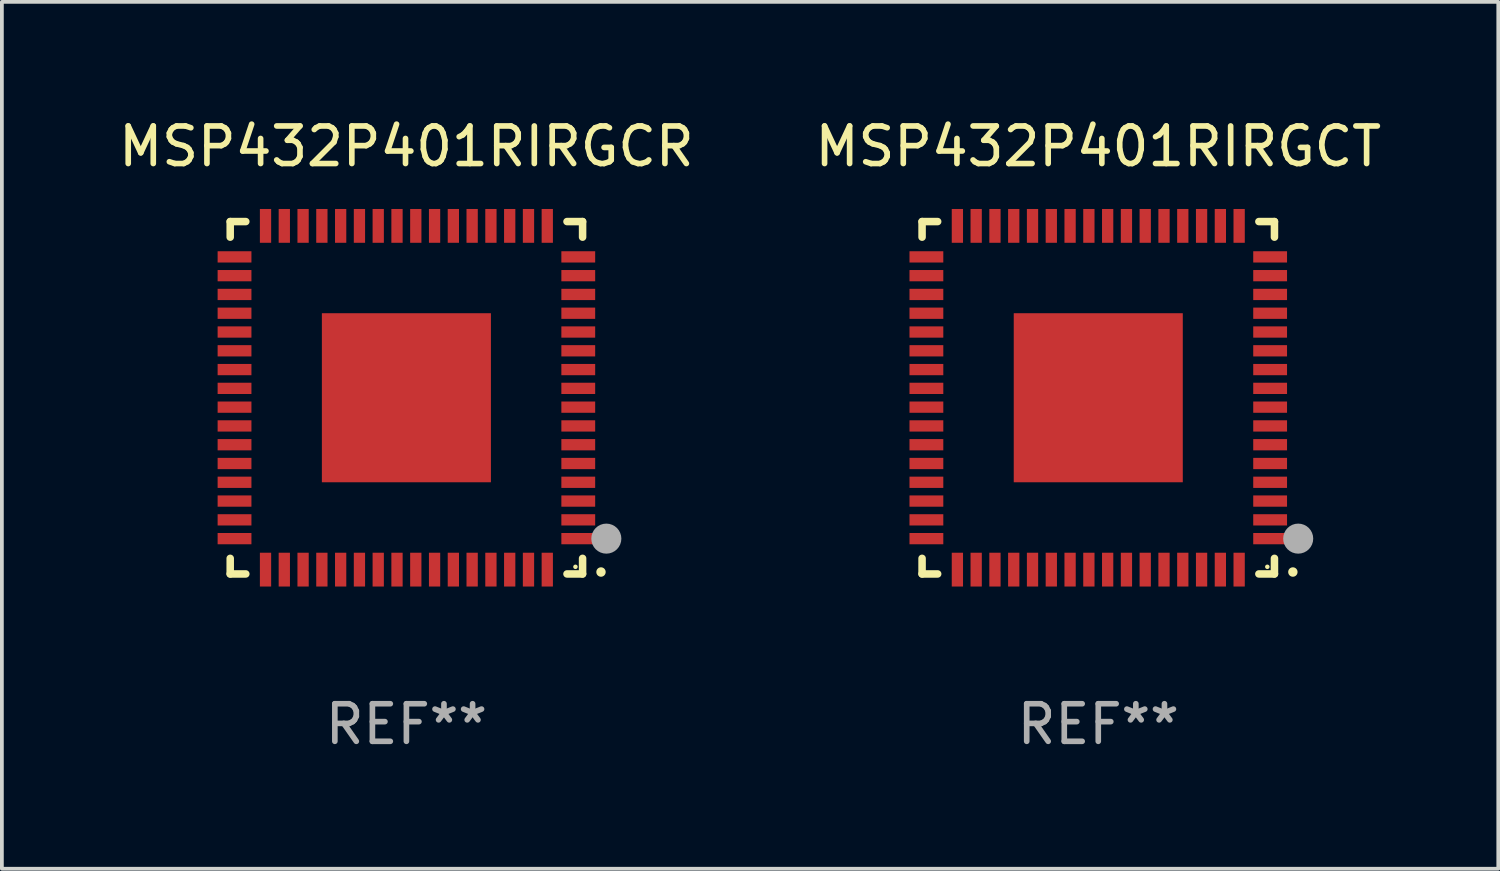
<source format=kicad_pcb>
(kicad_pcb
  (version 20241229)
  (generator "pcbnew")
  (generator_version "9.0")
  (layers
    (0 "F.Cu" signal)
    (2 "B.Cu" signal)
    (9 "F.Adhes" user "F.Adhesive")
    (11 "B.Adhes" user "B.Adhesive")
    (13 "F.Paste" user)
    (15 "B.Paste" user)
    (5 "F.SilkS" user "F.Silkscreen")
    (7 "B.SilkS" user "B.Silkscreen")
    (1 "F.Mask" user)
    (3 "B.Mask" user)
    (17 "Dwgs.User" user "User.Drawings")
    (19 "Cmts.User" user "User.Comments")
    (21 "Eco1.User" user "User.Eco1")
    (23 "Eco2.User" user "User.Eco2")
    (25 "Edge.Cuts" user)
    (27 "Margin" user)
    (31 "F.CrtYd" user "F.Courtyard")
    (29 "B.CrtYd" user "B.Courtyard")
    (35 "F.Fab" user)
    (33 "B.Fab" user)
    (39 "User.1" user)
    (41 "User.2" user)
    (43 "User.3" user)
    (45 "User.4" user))
  (footprint "MSP432P401RIRGCT"
    (layer "F.Cu")
    (at 26.185 7.538)
    (property "Reference" "MSP432P401RIRGCT" (at 0 -6.69 0) (layer "F.SilkS") (effects (font (size 1 1) (thickness 0.15))))
    (attr through_hole)
    (fp_line (start -4.69 -4.69) (end -4.69 -4.275) (stroke (width 0.2) (type solid)) (layer "F.SilkS"))
    (fp_line (start -4.69 4.69) (end -4.69 4.275) (stroke (width 0.2) (type solid)) (layer "F.SilkS"))
    (fp_line (start -4.275 -4.69) (end -4.69 -4.69) (stroke (width 0.2) (type solid)) (layer "F.SilkS"))
    (fp_line (start -4.275 4.69) (end -4.69 4.69) (stroke (width 0.2) (type solid)) (layer "F.SilkS"))
    (fp_line (start 4.69 -4.69) (end 4.275 -4.69) (stroke (width 0.2) (type solid)) (layer "F.SilkS"))
    (fp_line (start 4.69 -4.275) (end 4.69 -4.69) (stroke (width 0.2) (type solid)) (layer "F.SilkS"))
    (fp_line (start 4.69 4.275) (end 4.69 4.69) (stroke (width 0.2) (type solid)) (layer "F.SilkS"))
    (fp_line (start 4.69 4.69) (end 4.275 4.69) (stroke (width 0.2) (type solid)) (layer "F.SilkS"))
    (fp_arc (start 5.180023 4.639891) (mid 5.180016 4.638621) (end 5.180023 4.637351) (stroke (width 0.24892) (type solid)) (layer "F.SilkS"))
    (fp_circle (center 4.5 4.5) (end 4.53 4.5) (stroke (width 0.06) (type solid)) (fill no) (layer "F.SilkS"))
    (fp_circle (center 5.322 3.75) (end 5.522 3.75) (stroke (width 0.4) (type solid)) (fill no) (layer "F.Fab"))
    (fp_text user "REF**" (at 0 8.69 0) (layer "F.Fab") (effects (font (size 1 1) (thickness 0.15))))
    (pad "1" smd rect (at 4.575 3.75 180) (size 0.9 0.3) (layers "F.Cu" "F.Mask" "F.Paste"))
    (pad "2" smd rect (at 4.575 3.25 180) (size 0.9 0.3) (layers "F.Cu" "F.Mask" "F.Paste"))
    (pad "3" smd rect (at 4.575 2.75 180) (size 0.9 0.3) (layers "F.Cu" "F.Mask" "F.Paste"))
    (pad "4" smd rect (at 4.575 2.25 180) (size 0.9 0.3) (layers "F.Cu" "F.Mask" "F.Paste"))
    (pad "5" smd rect (at 4.575 1.75 180) (size 0.9 0.3) (layers "F.Cu" "F.Mask" "F.Paste"))
    (pad "6" smd rect (at 4.575 1.25 180) (size 0.9 0.3) (layers "F.Cu" "F.Mask" "F.Paste"))
    (pad "7" smd rect (at 4.575 0.75 180) (size 0.9 0.3) (layers "F.Cu" "F.Mask" "F.Paste"))
    (pad "8" smd rect (at 4.575 0.25 180) (size 0.9 0.3) (layers "F.Cu" "F.Mask" "F.Paste"))
    (pad "9" smd rect (at 4.575 -0.25 180) (size 0.9 0.3) (layers "F.Cu" "F.Mask" "F.Paste"))
    (pad "10" smd rect (at 4.575 -0.75 180) (size 0.9 0.3) (layers "F.Cu" "F.Mask" "F.Paste"))
    (pad "11" smd rect (at 4.575 -1.25 180) (size 0.9 0.3) (layers "F.Cu" "F.Mask" "F.Paste"))
    (pad "12" smd rect (at 4.575 -1.75 180) (size 0.9 0.3) (layers "F.Cu" "F.Mask" "F.Paste"))
    (pad "13" smd rect (at 4.575 -2.25 180) (size 0.9 0.3) (layers "F.Cu" "F.Mask" "F.Paste"))
    (pad "14" smd rect (at 4.575 -2.75 180) (size 0.9 0.3) (layers "F.Cu" "F.Mask" "F.Paste"))
    (pad "15" smd rect (at 4.575 -3.25 180) (size 0.9 0.3) (layers "F.Cu" "F.Mask" "F.Paste"))
    (pad "16" smd rect (at 4.575 -3.75 180) (size 0.9 0.3) (layers "F.Cu" "F.Mask" "F.Paste"))
    (pad "17" smd rect (at 3.75 -4.575 270) (size 0.9 0.3) (layers "F.Cu" "F.Mask" "F.Paste"))
    (pad "18" smd rect (at 3.25 -4.575 270) (size 0.9 0.3) (layers "F.Cu" "F.Mask" "F.Paste"))
    (pad "19" smd rect (at 2.75 -4.575 270) (size 0.9 0.3) (layers "F.Cu" "F.Mask" "F.Paste"))
    (pad "20" smd rect (at 2.25 -4.575 270) (size 0.9 0.3) (layers "F.Cu" "F.Mask" "F.Paste"))
    (pad "21" smd rect (at 1.75 -4.575 270) (size 0.9 0.3) (layers "F.Cu" "F.Mask" "F.Paste"))
    (pad "22" smd rect (at 1.25 -4.575 270) (size 0.9 0.3) (layers "F.Cu" "F.Mask" "F.Paste"))
    (pad "23" smd rect (at 0.75 -4.575 270) (size 0.9 0.3) (layers "F.Cu" "F.Mask" "F.Paste"))
    (pad "24" smd rect (at 0.25 -4.575 270) (size 0.9 0.3) (layers "F.Cu" "F.Mask" "F.Paste"))
    (pad "25" smd rect (at -0.25 -4.575 270) (size 0.9 0.3) (layers "F.Cu" "F.Mask" "F.Paste"))
    (pad "26" smd rect (at -0.75 -4.575 270) (size 0.9 0.3) (layers "F.Cu" "F.Mask" "F.Paste"))
    (pad "27" smd rect (at -1.25 -4.575 270) (size 0.9 0.3) (layers "F.Cu" "F.Mask" "F.Paste"))
    (pad "28" smd rect (at -1.75 -4.575 270) (size 0.9 0.3) (layers "F.Cu" "F.Mask" "F.Paste"))
    (pad "29" smd rect (at -2.25 -4.575 270) (size 0.9 0.3) (layers "F.Cu" "F.Mask" "F.Paste"))
    (pad "30" smd rect (at -2.75 -4.575 270) (size 0.9 0.3) (layers "F.Cu" "F.Mask" "F.Paste"))
    (pad "31" smd rect (at -3.25 -4.575 270) (size 0.9 0.3) (layers "F.Cu" "F.Mask" "F.Paste"))
    (pad "32" smd rect (at -3.75 -4.575 270) (size 0.9 0.3) (layers "F.Cu" "F.Mask" "F.Paste"))
    (pad "33" smd rect (at -4.575 -3.75) (size 0.9 0.3) (layers "F.Cu" "F.Mask" "F.Paste"))
    (pad "34" smd rect (at -4.575 -3.25 180) (size 0.9 0.3) (layers "F.Cu" "F.Mask" "F.Paste"))
    (pad "35" smd rect (at -4.575 -2.75 180) (size 0.9 0.3) (layers "F.Cu" "F.Mask" "F.Paste"))
    (pad "36" smd rect (at -4.575 -2.25 180) (size 0.9 0.3) (layers "F.Cu" "F.Mask" "F.Paste"))
    (pad "37" smd rect (at -4.575 -1.75 180) (size 0.9 0.3) (layers "F.Cu" "F.Mask" "F.Paste"))
    (pad "38" smd rect (at -4.575 -1.25 180) (size 0.9 0.3) (layers "F.Cu" "F.Mask" "F.Paste"))
    (pad "39" smd rect (at -4.575 -0.75 180) (size 0.9 0.3) (layers "F.Cu" "F.Mask" "F.Paste"))
    (pad "40" smd rect (at -4.575 -0.25 180) (size 0.9 0.3) (layers "F.Cu" "F.Mask" "F.Paste"))
    (pad "41" smd rect (at -4.575 0.25 180) (size 0.9 0.3) (layers "F.Cu" "F.Mask" "F.Paste"))
    (pad "42" smd rect (at -4.575 0.75 180) (size 0.9 0.3) (layers "F.Cu" "F.Mask" "F.Paste"))
    (pad "43" smd rect (at -4.575 1.25 180) (size 0.9 0.3) (layers "F.Cu" "F.Mask" "F.Paste"))
    (pad "44" smd rect (at -4.575 1.75 180) (size 0.9 0.3) (layers "F.Cu" "F.Mask" "F.Paste"))
    (pad "45" smd rect (at -4.575 2.25 180) (size 0.9 0.3) (layers "F.Cu" "F.Mask" "F.Paste"))
    (pad "46" smd rect (at -4.575 2.75 180) (size 0.9 0.3) (layers "F.Cu" "F.Mask" "F.Paste"))
    (pad "47" smd rect (at -4.575 3.25 180) (size 0.9 0.3) (layers "F.Cu" "F.Mask" "F.Paste"))
    (pad "48" smd rect (at -4.575 3.75 180) (size 0.9 0.3) (layers "F.Cu" "F.Mask" "F.Paste"))
    (pad "49" smd rect (at -3.75 4.575 270) (size 0.9 0.3) (layers "F.Cu" "F.Mask" "F.Paste"))
    (pad "50" smd rect (at -3.25 4.575 270) (size 0.9 0.3) (layers "F.Cu" "F.Mask" "F.Paste"))
    (pad "51" smd rect (at -2.75 4.575 270) (size 0.9 0.3) (layers "F.Cu" "F.Mask" "F.Paste"))
    (pad "52" smd rect (at -2.25 4.575 270) (size 0.9 0.3) (layers "F.Cu" "F.Mask" "F.Paste"))
    (pad "53" smd rect (at -1.75 4.575 270) (size 0.9 0.3) (layers "F.Cu" "F.Mask" "F.Paste"))
    (pad "54" smd rect (at -1.25 4.575 270) (size 0.9 0.3) (layers "F.Cu" "F.Mask" "F.Paste"))
    (pad "55" smd rect (at -0.75 4.575 270) (size 0.9 0.3) (layers "F.Cu" "F.Mask" "F.Paste"))
    (pad "56" smd rect (at -0.25 4.575 270) (size 0.9 0.3) (layers "F.Cu" "F.Mask" "F.Paste"))
    (pad "57" smd rect (at 0.25 4.575 270) (size 0.9 0.3) (layers "F.Cu" "F.Mask" "F.Paste"))
    (pad "58" smd rect (at 0.75 4.575 270) (size 0.9 0.3) (layers "F.Cu" "F.Mask" "F.Paste"))
    (pad "59" smd rect (at 1.25 4.575 270) (size 0.9 0.3) (layers "F.Cu" "F.Mask" "F.Paste"))
    (pad "60" smd rect (at 1.75 4.575 270) (size 0.9 0.3) (layers "F.Cu" "F.Mask" "F.Paste"))
    (pad "61" smd rect (at 2.25 4.575 270) (size 0.9 0.3) (layers "F.Cu" "F.Mask" "F.Paste"))
    (pad "62" smd rect (at 2.75 4.575 270) (size 0.9 0.3) (layers "F.Cu" "F.Mask" "F.Paste"))
    (pad "63" smd rect (at 3.25 4.575 270) (size 0.9 0.3) (layers "F.Cu" "F.Mask" "F.Paste"))
    (pad "64" smd rect (at 3.75 4.575 270) (size 0.9 0.3) (layers "F.Cu" "F.Mask" "F.Paste"))
    (pad "65" smd rect (at 0.000013 -0.000368 180) (size 4.5 4.5) (layers "F.Cu" "F.Mask" "F.Paste")))
  (footprint "MSP432P401RIRGCR"
    (layer "F.Cu")
    (at 7.768 7.538)
    (property "Reference" "MSP432P401RIRGCR" (at 0 -6.69 0) (layer "F.SilkS") (effects (font (size 1 1) (thickness 0.15))))
    (attr through_hole)
    (fp_line (start -4.69 -4.69) (end -4.69 -4.275) (stroke (width 0.2) (type solid)) (layer "F.SilkS"))
    (fp_line (start -4.69 4.69) (end -4.69 4.275) (stroke (width 0.2) (type solid)) (layer "F.SilkS"))
    (fp_line (start -4.275 -4.69) (end -4.69 -4.69) (stroke (width 0.2) (type solid)) (layer "F.SilkS"))
    (fp_line (start -4.275 4.69) (end -4.69 4.69) (stroke (width 0.2) (type solid)) (layer "F.SilkS"))
    (fp_line (start 4.69 -4.69) (end 4.275 -4.69) (stroke (width 0.2) (type solid)) (layer "F.SilkS"))
    (fp_line (start 4.69 -4.275) (end 4.69 -4.69) (stroke (width 0.2) (type solid)) (layer "F.SilkS"))
    (fp_line (start 4.69 4.275) (end 4.69 4.69) (stroke (width 0.2) (type solid)) (layer "F.SilkS"))
    (fp_line (start 4.69 4.69) (end 4.275 4.69) (stroke (width 0.2) (type solid)) (layer "F.SilkS"))
    (fp_arc (start 5.180023 4.639891) (mid 5.180016 4.638621) (end 5.180023 4.637351) (stroke (width 0.24892) (type solid)) (layer "F.SilkS"))
    (fp_circle (center 4.5 4.5) (end 4.53 4.5) (stroke (width 0.06) (type solid)) (fill no) (layer "F.SilkS"))
    (fp_circle (center 5.322 3.75) (end 5.522 3.75) (stroke (width 0.4) (type solid)) (fill no) (layer "F.Fab"))
    (fp_text user "REF**" (at 0 8.69 0) (layer "F.Fab") (effects (font (size 1 1) (thickness 0.15))))
    (pad "1" smd rect (at 4.575 3.75 180) (size 0.9 0.3) (layers "F.Cu" "F.Mask" "F.Paste"))
    (pad "2" smd rect (at 4.575 3.25 180) (size 0.9 0.3) (layers "F.Cu" "F.Mask" "F.Paste"))
    (pad "3" smd rect (at 4.575 2.75 180) (size 0.9 0.3) (layers "F.Cu" "F.Mask" "F.Paste"))
    (pad "4" smd rect (at 4.575 2.25 180) (size 0.9 0.3) (layers "F.Cu" "F.Mask" "F.Paste"))
    (pad "5" smd rect (at 4.575 1.75 180) (size 0.9 0.3) (layers "F.Cu" "F.Mask" "F.Paste"))
    (pad "6" smd rect (at 4.575 1.25 180) (size 0.9 0.3) (layers "F.Cu" "F.Mask" "F.Paste"))
    (pad "7" smd rect (at 4.575 0.75 180) (size 0.9 0.3) (layers "F.Cu" "F.Mask" "F.Paste"))
    (pad "8" smd rect (at 4.575 0.25 180) (size 0.9 0.3) (layers "F.Cu" "F.Mask" "F.Paste"))
    (pad "9" smd rect (at 4.575 -0.25 180) (size 0.9 0.3) (layers "F.Cu" "F.Mask" "F.Paste"))
    (pad "10" smd rect (at 4.575 -0.75 180) (size 0.9 0.3) (layers "F.Cu" "F.Mask" "F.Paste"))
    (pad "11" smd rect (at 4.575 -1.25 180) (size 0.9 0.3) (layers "F.Cu" "F.Mask" "F.Paste"))
    (pad "12" smd rect (at 4.575 -1.75 180) (size 0.9 0.3) (layers "F.Cu" "F.Mask" "F.Paste"))
    (pad "13" smd rect (at 4.575 -2.25 180) (size 0.9 0.3) (layers "F.Cu" "F.Mask" "F.Paste"))
    (pad "14" smd rect (at 4.575 -2.75 180) (size 0.9 0.3) (layers "F.Cu" "F.Mask" "F.Paste"))
    (pad "15" smd rect (at 4.575 -3.25 180) (size 0.9 0.3) (layers "F.Cu" "F.Mask" "F.Paste"))
    (pad "16" smd rect (at 4.575 -3.75 180) (size 0.9 0.3) (layers "F.Cu" "F.Mask" "F.Paste"))
    (pad "17" smd rect (at 3.75 -4.575 270) (size 0.9 0.3) (layers "F.Cu" "F.Mask" "F.Paste"))
    (pad "18" smd rect (at 3.25 -4.575 270) (size 0.9 0.3) (layers "F.Cu" "F.Mask" "F.Paste"))
    (pad "19" smd rect (at 2.75 -4.575 270) (size 0.9 0.3) (layers "F.Cu" "F.Mask" "F.Paste"))
    (pad "20" smd rect (at 2.25 -4.575 270) (size 0.9 0.3) (layers "F.Cu" "F.Mask" "F.Paste"))
    (pad "21" smd rect (at 1.75 -4.575 270) (size 0.9 0.3) (layers "F.Cu" "F.Mask" "F.Paste"))
    (pad "22" smd rect (at 1.25 -4.575 270) (size 0.9 0.3) (layers "F.Cu" "F.Mask" "F.Paste"))
    (pad "23" smd rect (at 0.75 -4.575 270) (size 0.9 0.3) (layers "F.Cu" "F.Mask" "F.Paste"))
    (pad "24" smd rect (at 0.25 -4.575 270) (size 0.9 0.3) (layers "F.Cu" "F.Mask" "F.Paste"))
    (pad "25" smd rect (at -0.25 -4.575 270) (size 0.9 0.3) (layers "F.Cu" "F.Mask" "F.Paste"))
    (pad "26" smd rect (at -0.75 -4.575 270) (size 0.9 0.3) (layers "F.Cu" "F.Mask" "F.Paste"))
    (pad "27" smd rect (at -1.25 -4.575 270) (size 0.9 0.3) (layers "F.Cu" "F.Mask" "F.Paste"))
    (pad "28" smd rect (at -1.75 -4.575 270) (size 0.9 0.3) (layers "F.Cu" "F.Mask" "F.Paste"))
    (pad "29" smd rect (at -2.25 -4.575 270) (size 0.9 0.3) (layers "F.Cu" "F.Mask" "F.Paste"))
    (pad "30" smd rect (at -2.75 -4.575 270) (size 0.9 0.3) (layers "F.Cu" "F.Mask" "F.Paste"))
    (pad "31" smd rect (at -3.25 -4.575 270) (size 0.9 0.3) (layers "F.Cu" "F.Mask" "F.Paste"))
    (pad "32" smd rect (at -3.75 -4.575 270) (size 0.9 0.3) (layers "F.Cu" "F.Mask" "F.Paste"))
    (pad "33" smd rect (at -4.575 -3.75) (size 0.9 0.3) (layers "F.Cu" "F.Mask" "F.Paste"))
    (pad "34" smd rect (at -4.575 -3.25 180) (size 0.9 0.3) (layers "F.Cu" "F.Mask" "F.Paste"))
    (pad "35" smd rect (at -4.575 -2.75 180) (size 0.9 0.3) (layers "F.Cu" "F.Mask" "F.Paste"))
    (pad "36" smd rect (at -4.575 -2.25 180) (size 0.9 0.3) (layers "F.Cu" "F.Mask" "F.Paste"))
    (pad "37" smd rect (at -4.575 -1.75 180) (size 0.9 0.3) (layers "F.Cu" "F.Mask" "F.Paste"))
    (pad "38" smd rect (at -4.575 -1.25 180) (size 0.9 0.3) (layers "F.Cu" "F.Mask" "F.Paste"))
    (pad "39" smd rect (at -4.575 -0.75 180) (size 0.9 0.3) (layers "F.Cu" "F.Mask" "F.Paste"))
    (pad "40" smd rect (at -4.575 -0.25 180) (size 0.9 0.3) (layers "F.Cu" "F.Mask" "F.Paste"))
    (pad "41" smd rect (at -4.575 0.25 180) (size 0.9 0.3) (layers "F.Cu" "F.Mask" "F.Paste"))
    (pad "42" smd rect (at -4.575 0.75 180) (size 0.9 0.3) (layers "F.Cu" "F.Mask" "F.Paste"))
    (pad "43" smd rect (at -4.575 1.25 180) (size 0.9 0.3) (layers "F.Cu" "F.Mask" "F.Paste"))
    (pad "44" smd rect (at -4.575 1.75 180) (size 0.9 0.3) (layers "F.Cu" "F.Mask" "F.Paste"))
    (pad "45" smd rect (at -4.575 2.25 180) (size 0.9 0.3) (layers "F.Cu" "F.Mask" "F.Paste"))
    (pad "46" smd rect (at -4.575 2.75 180) (size 0.9 0.3) (layers "F.Cu" "F.Mask" "F.Paste"))
    (pad "47" smd rect (at -4.575 3.25 180) (size 0.9 0.3) (layers "F.Cu" "F.Mask" "F.Paste"))
    (pad "48" smd rect (at -4.575 3.75 180) (size 0.9 0.3) (layers "F.Cu" "F.Mask" "F.Paste"))
    (pad "49" smd rect (at -3.75 4.575 270) (size 0.9 0.3) (layers "F.Cu" "F.Mask" "F.Paste"))
    (pad "50" smd rect (at -3.25 4.575 270) (size 0.9 0.3) (layers "F.Cu" "F.Mask" "F.Paste"))
    (pad "51" smd rect (at -2.75 4.575 270) (size 0.9 0.3) (layers "F.Cu" "F.Mask" "F.Paste"))
    (pad "52" smd rect (at -2.25 4.575 270) (size 0.9 0.3) (layers "F.Cu" "F.Mask" "F.Paste"))
    (pad "53" smd rect (at -1.75 4.575 270) (size 0.9 0.3) (layers "F.Cu" "F.Mask" "F.Paste"))
    (pad "54" smd rect (at -1.25 4.575 270) (size 0.9 0.3) (layers "F.Cu" "F.Mask" "F.Paste"))
    (pad "55" smd rect (at -0.75 4.575 270) (size 0.9 0.3) (layers "F.Cu" "F.Mask" "F.Paste"))
    (pad "56" smd rect (at -0.25 4.575 270) (size 0.9 0.3) (layers "F.Cu" "F.Mask" "F.Paste"))
    (pad "57" smd rect (at 0.25 4.575 270) (size 0.9 0.3) (layers "F.Cu" "F.Mask" "F.Paste"))
    (pad "58" smd rect (at 0.75 4.575 270) (size 0.9 0.3) (layers "F.Cu" "F.Mask" "F.Paste"))
    (pad "59" smd rect (at 1.25 4.575 270) (size 0.9 0.3) (layers "F.Cu" "F.Mask" "F.Paste"))
    (pad "60" smd rect (at 1.75 4.575 270) (size 0.9 0.3) (layers "F.Cu" "F.Mask" "F.Paste"))
    (pad "61" smd rect (at 2.25 4.575 270) (size 0.9 0.3) (layers "F.Cu" "F.Mask" "F.Paste"))
    (pad "62" smd rect (at 2.75 4.575 270) (size 0.9 0.3) (layers "F.Cu" "F.Mask" "F.Paste"))
    (pad "63" smd rect (at 3.25 4.575 270) (size 0.9 0.3) (layers "F.Cu" "F.Mask" "F.Paste"))
    (pad "64" smd rect (at 3.75 4.575 270) (size 0.9 0.3) (layers "F.Cu" "F.Mask" "F.Paste"))
    (pad "65" smd rect (at 0.000013 -0.000368 180) (size 4.5 4.5) (layers "F.Cu" "F.Mask" "F.Paste")))
  (gr_rect
    (start -3 -3)
    (end 36.833 20.076)
    (stroke (width 0.1) (type default))
    (fill no)
    (layer "Edge.Cuts")))
</source>
